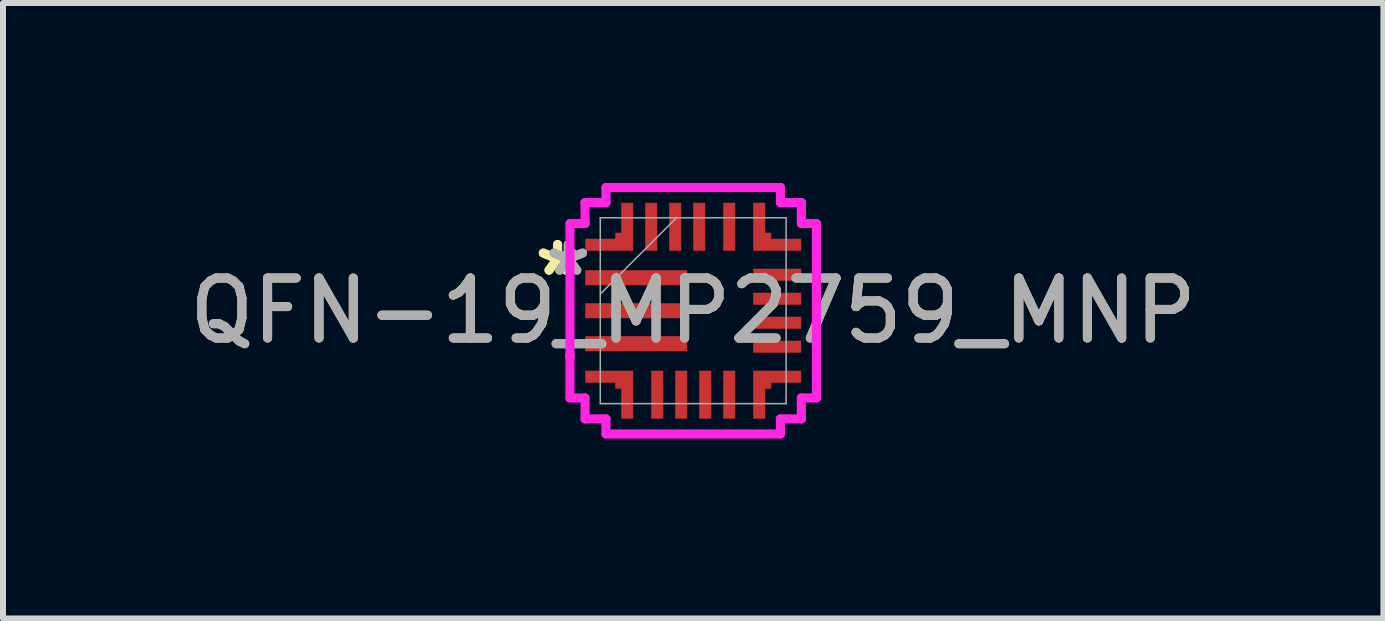
<source format=kicad_pcb>
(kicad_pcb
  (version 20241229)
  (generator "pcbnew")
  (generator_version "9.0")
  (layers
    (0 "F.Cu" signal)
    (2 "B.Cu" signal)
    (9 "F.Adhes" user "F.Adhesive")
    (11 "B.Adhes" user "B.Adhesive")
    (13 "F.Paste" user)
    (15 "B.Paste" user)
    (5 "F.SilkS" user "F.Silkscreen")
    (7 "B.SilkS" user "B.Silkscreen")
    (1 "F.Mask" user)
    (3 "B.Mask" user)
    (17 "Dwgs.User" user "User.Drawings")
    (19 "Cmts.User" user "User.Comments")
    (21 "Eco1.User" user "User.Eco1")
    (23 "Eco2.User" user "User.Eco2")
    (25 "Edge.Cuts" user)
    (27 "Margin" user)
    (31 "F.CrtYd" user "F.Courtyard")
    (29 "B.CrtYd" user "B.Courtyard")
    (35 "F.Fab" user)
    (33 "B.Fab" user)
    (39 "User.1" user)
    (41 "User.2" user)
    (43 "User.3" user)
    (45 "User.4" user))
  (footprint "QFN-19_MP2759_MNP"
    (layer "F.Cu")
    (at 8.506 2.13)
    (property "Reference" "QFN-19_MP2759_MNP" (at 0 0 0) (unlocked yes) (layer "F.SilkS") (effects (font (size 1 1) (thickness 0.15))))
    (attr smd)
    (fp_poly (pts (xy -1.8 -1.2) (xy -1.3 -1.2) (xy -1.3 -1.3) (xy -1.2 -1.3) (xy -1.2 -1.8) (xy -1 -1.8) (xy -1 -1) (xy -1.8 -1)) (stroke (width 0) (type solid)) (fill yes) (layer "F.Cu"))
    (fp_poly (pts (xy -1.2 1.8) (xy -1.2 1.3) (xy -1.3 1.3) (xy -1.3 1.2) (xy -1.8 1.2) (xy -1.8 1) (xy -1 1) (xy -1 1.8)) (stroke (width 0) (type solid)) (fill yes) (layer "F.Cu"))
    (fp_poly (pts (xy 1.2 -1.8) (xy 1.2 -1.3) (xy 1.3 -1.3) (xy 1.3 -1.2) (xy 1.8 -1.2) (xy 1.8 -1) (xy 1 -1) (xy 1 -1.8)) (stroke (width 0) (type solid)) (fill yes) (layer "F.Cu"))
    (fp_poly (pts (xy 1.8 1.2) (xy 1.3 1.2) (xy 1.3 1.3) (xy 1.2 1.3) (xy 1.2 1.8) (xy 1 1.8) (xy 1 1) (xy 1.8 1)) (stroke (width 0) (type solid)) (fill yes) (layer "F.Cu"))
    (fp_poly (pts (xy -1.8 -1.2) (xy -1.3 -1.2) (xy -1.3 -1.3) (xy -1.2 -1.3) (xy -1.2 -1.8) (xy -1 -1.8) (xy -1 -1) (xy -1.8 -1)) (stroke (width 0) (type solid)) (fill yes) (layer "F.Mask"))
    (fp_poly (pts (xy -1.2 1.8) (xy -1.2 1.3) (xy -1.3 1.3) (xy -1.3 1.2) (xy -1.8 1.2) (xy -1.8 1) (xy -1 1) (xy -1 1.8)) (stroke (width 0) (type solid)) (fill yes) (layer "F.Mask"))
    (fp_poly (pts (xy 1.2 -1.8) (xy 1.2 -1.3) (xy 1.3 -1.3) (xy 1.3 -1.2) (xy 1.8 -1.2) (xy 1.8 -1) (xy 1 -1) (xy 1 -1.8)) (stroke (width 0) (type solid)) (fill yes) (layer "F.Mask"))
    (fp_poly (pts (xy 1.8 1.2) (xy 1.3 1.2) (xy 1.3 1.3) (xy 1.2 1.3) (xy 1.2 1.8) (xy 1 1.8) (xy 1 1) (xy 1.8 1)) (stroke (width 0) (type solid)) (fill yes) (layer "F.Mask"))
    (fp_poly (pts (xy -1.8 -1.2) (xy -1.3 -1.2) (xy -1.3 -1.3) (xy -1.2 -1.3) (xy -1.2 -1.8) (xy -1 -1.8) (xy -1 -1) (xy -1.8 -1)) (stroke (width 0) (type solid)) (fill yes) (layer "F.Paste"))
    (fp_poly (pts (xy -1.2 1.8) (xy -1.2 1.3) (xy -1.3 1.3) (xy -1.3 1.2) (xy -1.8 1.2) (xy -1.8 1) (xy -1 1) (xy -1 1.8)) (stroke (width 0) (type solid)) (fill yes) (layer "F.Paste"))
    (fp_poly (pts (xy 1.2 -1.8) (xy 1.2 -1.3) (xy 1.3 -1.3) (xy 1.3 -1.2) (xy 1.8 -1.2) (xy 1.8 -1) (xy 1 -1) (xy 1 -1.8)) (stroke (width 0) (type solid)) (fill yes) (layer "F.Paste"))
    (fp_poly (pts (xy 1.8 1.2) (xy 1.3 1.2) (xy 1.3 1.3) (xy 1.2 1.3) (xy 1.2 1.8) (xy 1 1.8) (xy 1 1) (xy 1.8 1)) (stroke (width 0) (type solid)) (fill yes) (layer "F.Paste"))
    (fp_line (start -2.054 -1.454) (end -2.054 -0.746) (stroke (width 0.152) (type solid)) (layer "F.CrtYd"))
    (fp_line (start -2.054 -0.746) (end -2.054 -0.746) (stroke (width 0.152) (type solid)) (layer "F.CrtYd"))
    (fp_line (start -2.054 0.746) (end -2.054 1.454) (stroke (width 0.152) (type solid)) (layer "F.CrtYd"))
    (fp_line (start -2.054 1.454) (end -1.803 1.454) (stroke (width 0.152) (type solid)) (layer "F.CrtYd"))
    (fp_line (start -2.054 -0.746) (end -2.054 0.746) (stroke (width 0.152) (type solid)) (layer "F.CrtYd"))
    (fp_line (start -2.054 0.746) (end -2.054 0.746) (stroke (width 0.152) (type solid)) (layer "F.CrtYd"))
    (fp_line (start -1.803 -1.803) (end -1.803 -1.454) (stroke (width 0.152) (type solid)) (layer "F.CrtYd"))
    (fp_line (start -1.803 -1.454) (end -2.054 -1.454) (stroke (width 0.152) (type solid)) (layer "F.CrtYd"))
    (fp_line (start -1.803 1.454) (end -1.803 1.803) (stroke (width 0.152) (type solid)) (layer "F.CrtYd"))
    (fp_line (start -1.803 1.803) (end -1.454 1.803) (stroke (width 0.152) (type solid)) (layer "F.CrtYd"))
    (fp_line (start -1.454 -2.054) (end -1.454 -1.803) (stroke (width 0.152) (type solid)) (layer "F.CrtYd"))
    (fp_line (start -1.454 -1.803) (end -1.803 -1.803) (stroke (width 0.152) (type solid)) (layer "F.CrtYd"))
    (fp_line (start -1.454 1.803) (end -1.454 2.054) (stroke (width 0.152) (type solid)) (layer "F.CrtYd"))
    (fp_line (start -1.454 2.054) (end 1.454 2.054) (stroke (width 0.152) (type solid)) (layer "F.CrtYd"))
    (fp_line (start 1.454 -2.054) (end -1.454 -2.054) (stroke (width 0.152) (type solid)) (layer "F.CrtYd"))
    (fp_line (start 1.454 -1.803) (end 1.454 -2.054) (stroke (width 0.152) (type solid)) (layer "F.CrtYd"))
    (fp_line (start 1.454 1.803) (end 1.803 1.803) (stroke (width 0.152) (type solid)) (layer "F.CrtYd"))
    (fp_line (start 1.454 2.054) (end 1.454 1.803) (stroke (width 0.152) (type solid)) (layer "F.CrtYd"))
    (fp_line (start 1.803 -1.803) (end 1.454 -1.803) (stroke (width 0.152) (type solid)) (layer "F.CrtYd"))
    (fp_line (start 1.803 -1.454) (end 1.803 -1.803) (stroke (width 0.152) (type solid)) (layer "F.CrtYd"))
    (fp_line (start 1.803 1.454) (end 2.054 1.454) (stroke (width 0.152) (type solid)) (layer "F.CrtYd"))
    (fp_line (start 1.803 1.803) (end 1.803 1.454) (stroke (width 0.152) (type solid)) (layer "F.CrtYd"))
    (fp_line (start 2.054 -1.454) (end 1.803 -1.454) (stroke (width 0.152) (type solid)) (layer "F.CrtYd"))
    (fp_line (start 2.054 1.454) (end 2.054 -1.454) (stroke (width 0.152) (type solid)) (layer "F.CrtYd"))
    (fp_line (start -1.549 -1.549) (end -1.549 1.549) (stroke (width 0.025) (type solid)) (layer "F.Fab"))
    (fp_line (start -1.549 -0.279) (end -0.279 -1.549) (stroke (width 0.025) (type solid)) (layer "F.Fab"))
    (fp_line (start -1.549 1.549) (end 1.549 1.549) (stroke (width 0.025) (type solid)) (layer "F.Fab"))
    (fp_line (start 1.549 -1.549) (end -1.549 -1.549) (stroke (width 0.025) (type solid)) (layer "F.Fab"))
    (fp_line (start 1.549 1.549) (end 1.549 -1.549) (stroke (width 0.025) (type solid)) (layer "F.Fab"))
    (fp_text user "*" (at -2.261 -0.559 0) (unlocked yes) (layer "F.SilkS") (effects (font (size 1 1) (thickness 0.15))))
    (fp_text user "*" (at -2.261 -0.559 0) (layer "F.SilkS") (effects (font (size 1 1) (thickness 0.15))))
    (fp_text user "*" (at -2.083 -0.559 0) (unlocked yes) (layer "F.Fab") (effects (font (size 1 1) (thickness 0.15))))
    (fp_text user "${REFERENCE}" (at 0 0 0) (unlocked yes) (layer "F.Fab") (effects (font (size 1 1) (thickness 0.15))))
    (fp_text user "*" (at -2.083 -0.559 0) (layer "F.Fab") (effects (font (size 1 1) (thickness 0.15))))
    (pad "1" smd rect (at -0.95 -0.55) (size 1.7 0.25) (layers "F.Cu" "F.Mask" "F.Paste"))
    (pad "2" smd rect (at -0.95 0) (size 1.7 0.25) (layers "F.Cu" "F.Mask" "F.Paste"))
    (pad "3" smd rect (at -0.95 0.55) (size 1.7 0.25) (layers "F.Cu" "F.Mask" "F.Paste"))
    (pad "4" smd rect (at -1.143 1.143 90) (size 0.127 0.127) (layers "F.Cu" "F.Mask" "F.Paste"))
    (pad "5" smd rect (at -0.6 1.4 90) (size 0.8 0.2) (layers "F.Cu" "F.Mask" "F.Paste"))
    (pad "6" smd rect (at -0.2 1.4 90) (size 0.8 0.2) (layers "F.Cu" "F.Mask" "F.Paste"))
    (pad "7" smd rect (at 0.2 1.4 90) (size 0.8 0.2) (layers "F.Cu" "F.Mask" "F.Paste"))
    (pad "8" smd rect (at 0.6 1.4 90) (size 0.8 0.2) (layers "F.Cu" "F.Mask" "F.Paste"))
    (pad "9" smd rect (at 1.143 1.143 90) (size 0.127 0.127) (layers "F.Cu" "F.Mask" "F.Paste"))
    (pad "10" smd rect (at 1.4 0.6) (size 0.8 0.2) (layers "F.Cu" "F.Mask" "F.Paste"))
    (pad "11" smd rect (at 1.4 0.2) (size 0.8 0.2) (layers "F.Cu" "F.Mask" "F.Paste"))
    (pad "12" smd rect (at 1.4 -0.2) (size 0.8 0.2) (layers "F.Cu" "F.Mask" "F.Paste"))
    (pad "13" smd rect (at 1.4 -0.6) (size 0.8 0.2) (layers "F.Cu" "F.Mask" "F.Paste"))
    (pad "14" smd rect (at 1.143 -1.168 90) (size 0.127 0.127) (layers "F.Cu" "F.Mask" "F.Paste"))
    (pad "15" smd rect (at 0.6 -1.4 90) (size 0.8 0.2) (layers "F.Cu" "F.Mask" "F.Paste"))
    (pad "16" smd rect (at 0.1 -1.4 90) (size 0.8 0.2) (layers "F.Cu" "F.Mask" "F.Paste"))
    (pad "17" smd rect (at -0.3 -1.4 90) (size 0.8 0.2) (layers "F.Cu" "F.Mask" "F.Paste"))
    (pad "18" smd rect (at -0.7 -1.4 90) (size 0.8 0.2) (layers "F.Cu" "F.Mask" "F.Paste"))
    (pad "19" smd rect (at -1.143 -1.168 90) (size 0.127 0.127) (layers "F.Cu" "F.Mask" "F.Paste")))
  (gr_rect
    (start -3 -3)
    (end 20.012 7.26)
    (stroke (width 0.1) (type default))
    (fill no)
    (layer "Edge.Cuts")))
</source>
